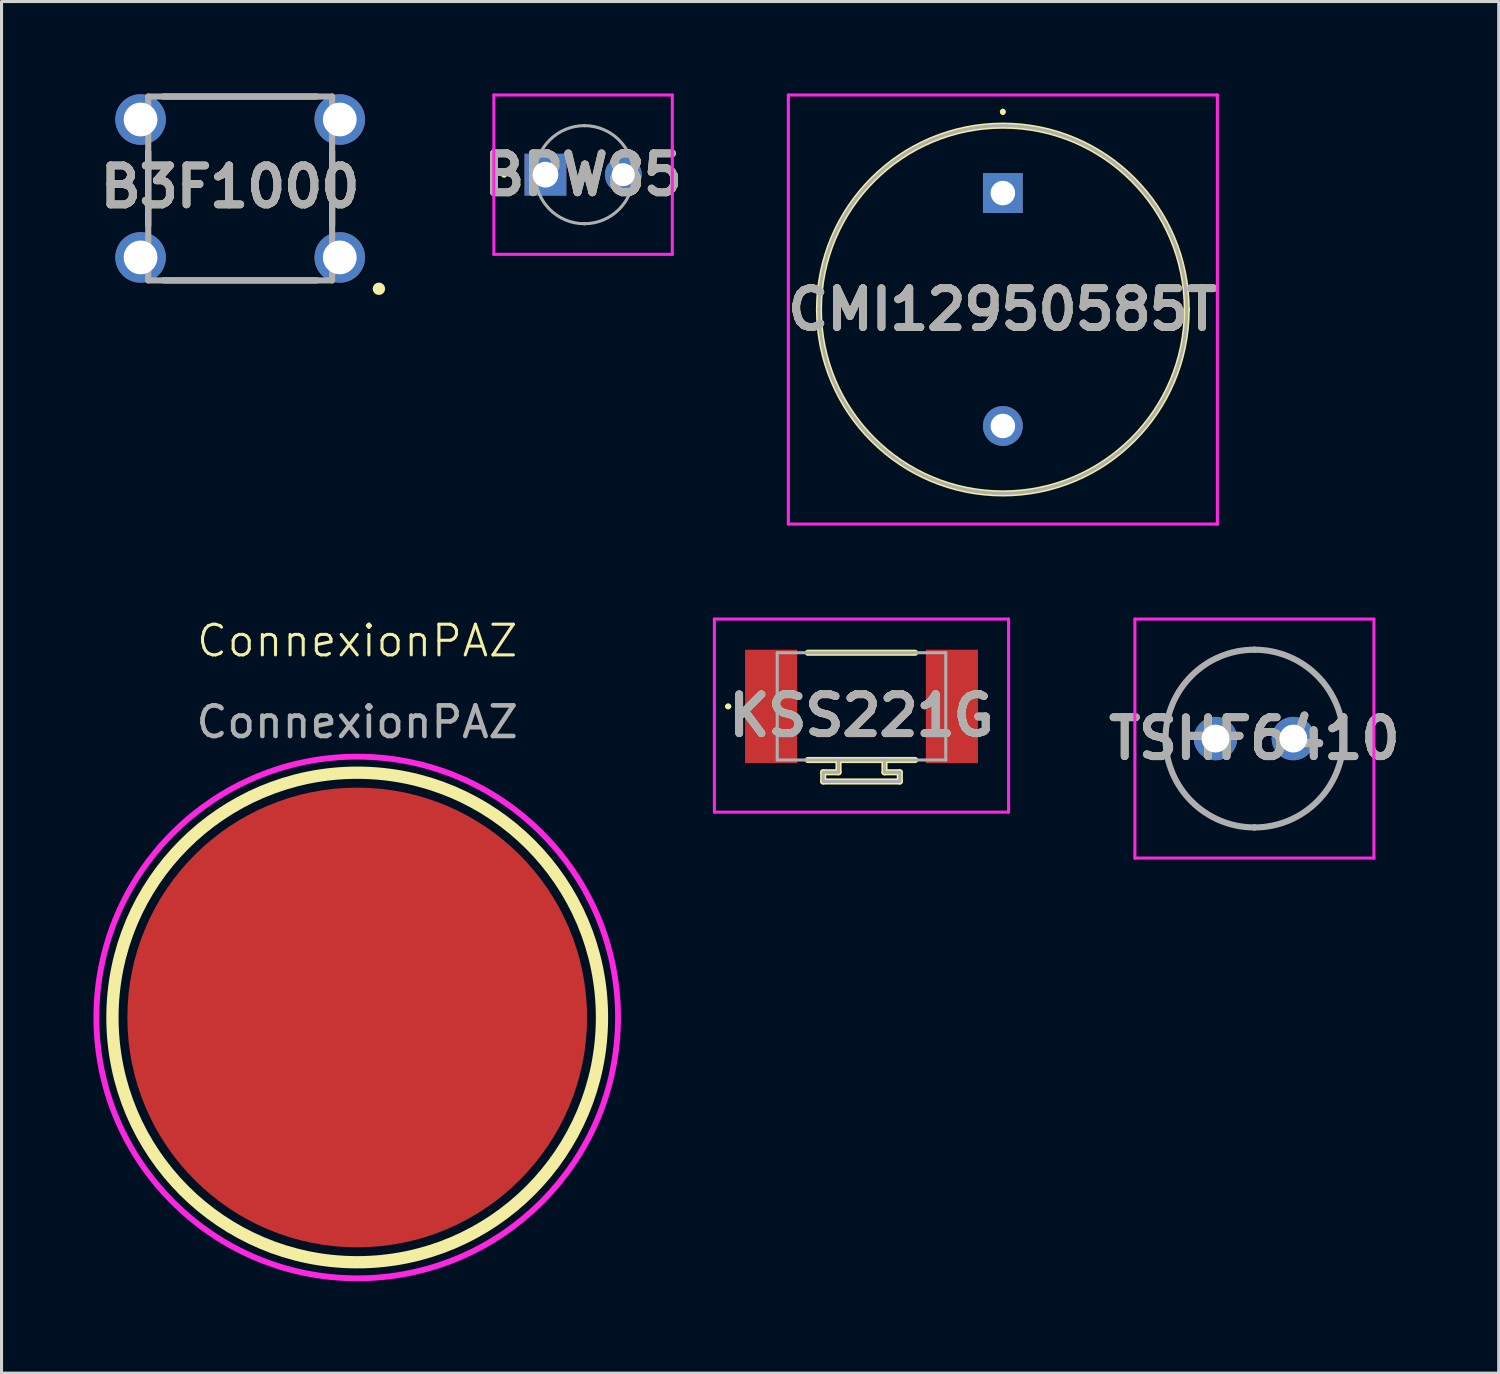
<source format=kicad_pcb>
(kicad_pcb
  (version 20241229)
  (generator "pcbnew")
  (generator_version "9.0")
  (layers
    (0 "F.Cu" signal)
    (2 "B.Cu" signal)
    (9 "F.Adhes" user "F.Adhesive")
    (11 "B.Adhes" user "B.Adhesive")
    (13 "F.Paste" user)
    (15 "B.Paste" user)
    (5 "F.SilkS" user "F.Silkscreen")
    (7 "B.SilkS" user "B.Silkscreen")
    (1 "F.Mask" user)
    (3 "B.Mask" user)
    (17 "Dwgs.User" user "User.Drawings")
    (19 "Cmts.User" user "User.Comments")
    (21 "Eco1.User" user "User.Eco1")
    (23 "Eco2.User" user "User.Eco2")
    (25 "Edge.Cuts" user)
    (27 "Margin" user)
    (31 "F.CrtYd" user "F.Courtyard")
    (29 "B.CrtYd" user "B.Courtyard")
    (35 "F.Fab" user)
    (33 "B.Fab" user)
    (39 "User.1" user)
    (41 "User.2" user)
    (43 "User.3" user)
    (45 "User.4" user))
  (footprint "TSHF6410"
    (layer "F.Cu")
    (at 36.612 21.05)
    (property "Reference" "TSHF6410" (at 1.27 0 0) (layer "F.SilkS") (effects (font (size 1.27 1.27) (thickness 0.254))))
    (attr through_hole)
    (fp_line (start 1.27 -2.9) (end 1.27 -2.9) (stroke (width 0.1) (type solid)) (layer "F.SilkS"))
    (fp_line (start 1.27 2.9) (end 1.27 2.9) (stroke (width 0.1) (type solid)) (layer "F.SilkS"))
    (fp_arc (start 1.27 -2.9) (mid 4.17 0) (end 1.27 2.9) (stroke (width 0.1) (type solid)) (layer "F.SilkS"))
    (fp_arc (start 1.27 2.9) (mid -1.63 0) (end 1.27 -2.9) (stroke (width 0.1) (type solid)) (layer "F.SilkS"))
    (fp_line (start -2.63 -3.9) (end 5.17 -3.9) (stroke (width 0.1) (type solid)) (layer "F.CrtYd"))
    (fp_line (start -2.63 3.9) (end -2.63 -3.9) (stroke (width 0.1) (type solid)) (layer "F.CrtYd"))
    (fp_line (start 5.17 -3.9) (end 5.17 3.9) (stroke (width 0.1) (type solid)) (layer "F.CrtYd"))
    (fp_line (start 5.17 3.9) (end -2.63 3.9) (stroke (width 0.1) (type solid)) (layer "F.CrtYd"))
    (fp_line (start 1.27 -2.9) (end 1.27 -2.9) (stroke (width 0.2) (type solid)) (layer "F.Fab"))
    (fp_line (start 1.27 2.9) (end 1.27 2.9) (stroke (width 0.2) (type solid)) (layer "F.Fab"))
    (fp_arc (start 1.27 -2.9) (mid 4.17 0) (end 1.27 2.9) (stroke (width 0.2) (type solid)) (layer "F.Fab"))
    (fp_arc (start 1.27 2.9) (mid -1.63 0) (end 1.27 -2.9) (stroke (width 0.2) (type solid)) (layer "F.Fab"))
    (fp_text user "${REFERENCE}" (at 1.27 0 0) (layer "F.Fab") (effects (font (size 1.27 1.27) (thickness 0.254))))
    (pad "1" thru_hole circle (at 0 0) (size 1.416 1.416) (drill 0.91) (layers "*.Cu" "*.Mask"))
    (pad "2" thru_hole circle (at 2.54 0) (size 1.416 1.416) (drill 0.91) (layers "*.Cu" "*.Mask")))
  (footprint "CMI12950585T"
    (layer "F.Cu")
    (at 29.674 3.25)
    (property "Reference" "CMI12950585T" (at 0 3.8 0) (layer "F.SilkS") (effects (font (size 1.27 1.27) (thickness 0.254))))
    (attr through_hole)
    (fp_line (start -6 3.8) (end -6 3.8) (stroke (width 0.2) (type solid)) (layer "F.SilkS"))
    (fp_line (start 0 -2.7) (end 0 -2.7) (stroke (width 0.1) (type solid)) (layer "F.SilkS"))
    (fp_line (start 0 -2.6) (end 0 -2.6) (stroke (width 0.1) (type solid)) (layer "F.SilkS"))
    (fp_line (start 6 3.8) (end 6 3.8) (stroke (width 0.2) (type solid)) (layer "F.SilkS"))
    (fp_arc (start -6 3.8) (mid 0 -2.2) (end 6 3.8) (stroke (width 0.2) (type solid)) (layer "F.SilkS"))
    (fp_arc (start 0 -2.7) (mid 0.05 -2.65) (end 0 -2.6) (stroke (width 0.1) (type solid)) (layer "F.SilkS"))
    (fp_arc (start 0 -2.6) (mid -0.05 -2.65) (end 0 -2.7) (stroke (width 0.1) (type solid)) (layer "F.SilkS"))
    (fp_arc (start 6 3.8) (mid 0 9.8) (end -6 3.8) (stroke (width 0.2) (type solid)) (layer "F.SilkS"))
    (fp_line (start -7 -3.2) (end 7 -3.2) (stroke (width 0.1) (type solid)) (layer "F.CrtYd"))
    (fp_line (start -7 10.8) (end -7 -3.2) (stroke (width 0.1) (type solid)) (layer "F.CrtYd"))
    (fp_line (start 7 -3.2) (end 7 10.8) (stroke (width 0.1) (type solid)) (layer "F.CrtYd"))
    (fp_line (start 7 10.8) (end -7 10.8) (stroke (width 0.1) (type solid)) (layer "F.CrtYd"))
    (fp_line (start -6 3.8) (end -6 3.8) (stroke (width 0.1) (type solid)) (layer "F.Fab"))
    (fp_line (start 6 3.8) (end 6 3.8) (stroke (width 0.1) (type solid)) (layer "F.Fab"))
    (fp_arc (start -6 3.8) (mid 0 -2.2) (end 6 3.8) (stroke (width 0.1) (type solid)) (layer "F.Fab"))
    (fp_arc (start 6 3.8) (mid 0 9.8) (end -6 3.8) (stroke (width 0.1) (type solid)) (layer "F.Fab"))
    (fp_text user "${REFERENCE}" (at 0 3.8 0) (layer "F.Fab") (effects (font (size 1.27 1.27) (thickness 0.254))))
    (pad "1" thru_hole rect (at 0 0) (size 1.3 1.3) (drill 0.8) (layers "*.Cu" "*.Mask"))
    (pad "2" thru_hole circle (at 0 7.6) (size 1.3 1.3) (drill 0.8) (layers "*.Cu" "*.Mask")))
  (footprint "KSS221G"
    (layer "F.Cu")
    (at 25.061 20)
    (property "Reference" "KSS221G" (at 0 0.3 0) (layer "F.SilkS") (effects (font (size 1.27 1.27) (thickness 0.254))))
    (attr smd)
    (fp_line (start -4.4 0) (end -4.4 0) (stroke (width 0.1) (type solid)) (layer "F.SilkS"))
    (fp_line (start -4.3 0) (end -4.3 0) (stroke (width 0.1) (type solid)) (layer "F.SilkS"))
    (fp_line (start -1.75 -1.75) (end 1.75 -1.75) (stroke (width 0.2) (type solid)) (layer "F.SilkS"))
    (fp_line (start -1.75 1.75) (end -0.75 1.75) (stroke (width 0.2) (type solid)) (layer "F.SilkS"))
    (fp_line (start -1.25 2.15) (end -1.25 2.45) (stroke (width 0.2) (type solid)) (layer "F.SilkS"))
    (fp_line (start -1.25 2.45) (end 1.25 2.45) (stroke (width 0.2) (type solid)) (layer "F.SilkS"))
    (fp_line (start -0.75 1.75) (end -0.75 2.15) (stroke (width 0.2) (type solid)) (layer "F.SilkS"))
    (fp_line (start -0.75 1.75) (end 0.75 1.75) (stroke (width 0.2) (type solid)) (layer "F.SilkS"))
    (fp_line (start -0.75 2.15) (end -1.25 2.15) (stroke (width 0.2) (type solid)) (layer "F.SilkS"))
    (fp_line (start 0.75 1.75) (end 1.75 1.75) (stroke (width 0.2) (type solid)) (layer "F.SilkS"))
    (fp_line (start 0.75 2.15) (end 0.75 1.75) (stroke (width 0.2) (type solid)) (layer "F.SilkS"))
    (fp_line (start 1.25 2.15) (end 0.75 2.15) (stroke (width 0.2) (type solid)) (layer "F.SilkS"))
    (fp_line (start 1.25 2.45) (end 1.25 2.15) (stroke (width 0.2) (type solid)) (layer "F.SilkS"))
    (fp_arc (start -4.4 0) (mid -4.35 -0.05) (end -4.3 0) (stroke (width 0.1) (type solid)) (layer "F.SilkS"))
    (fp_arc (start -4.3 0) (mid -4.35 0.05) (end -4.4 0) (stroke (width 0.1) (type solid)) (layer "F.SilkS"))
    (fp_line (start -4.8 -2.85) (end 4.8 -2.85) (stroke (width 0.1) (type solid)) (layer "F.CrtYd"))
    (fp_line (start -4.8 3.45) (end -4.8 -2.85) (stroke (width 0.1) (type solid)) (layer "F.CrtYd"))
    (fp_line (start 4.8 -2.85) (end 4.8 3.45) (stroke (width 0.1) (type solid)) (layer "F.CrtYd"))
    (fp_line (start 4.8 3.45) (end -4.8 3.45) (stroke (width 0.1) (type solid)) (layer "F.CrtYd"))
    (fp_line (start -2.75 -1.75) (end 2.75 -1.75) (stroke (width 0.1) (type solid)) (layer "F.Fab"))
    (fp_line (start -2.75 1.75) (end -2.75 -1.75) (stroke (width 0.1) (type solid)) (layer "F.Fab"))
    (fp_line (start -1.25 2.15) (end -1.25 2.45) (stroke (width 0.1) (type solid)) (layer "F.Fab"))
    (fp_line (start -1.25 2.45) (end 1.25 2.45) (stroke (width 0.1) (type solid)) (layer "F.Fab"))
    (fp_line (start -0.75 1.75) (end -0.75 2.15) (stroke (width 0.1) (type solid)) (layer "F.Fab"))
    (fp_line (start -0.75 2.15) (end -1.25 2.15) (stroke (width 0.1) (type solid)) (layer "F.Fab"))
    (fp_line (start 0.75 2.15) (end 0.75 1.75) (stroke (width 0.1) (type solid)) (layer "F.Fab"))
    (fp_line (start 1.25 2.15) (end 0.75 2.15) (stroke (width 0.1) (type solid)) (layer "F.Fab"))
    (fp_line (start 1.25 2.45) (end 1.25 2.15) (stroke (width 0.1) (type solid)) (layer "F.Fab"))
    (fp_line (start 2.75 -1.75) (end 2.75 1.75) (stroke (width 0.1) (type solid)) (layer "F.Fab"))
    (fp_line (start 2.75 1.75) (end -2.75 1.75) (stroke (width 0.1) (type solid)) (layer "F.Fab"))
    (fp_text user "${REFERENCE}" (at 0 0.3 0) (layer "F.Fab") (effects (font (size 1.27 1.27) (thickness 0.254))))
    (pad "1" smd rect (at -2.95 0) (size 1.7 3.7) (layers "F.Cu" "F.Mask" "F.Paste"))
    (pad "2" smd rect (at 2.95 0) (size 1.7 3.7) (layers "F.Cu" "F.Mask" "F.Paste")))
  (footprint "B3F1000"
    (layer "F.Cu")
    (at 4.787 3.1)
    (property "Reference" "B3F1000" (at -0.33 -0.055 0) (layer "F.SilkS") (effects (font (size 1.27 1.27) (thickness 0.254))))
    (attr through_hole)
    (fp_line (start -3 -1.2) (end -3 1.2) (stroke (width 0.2) (type solid)) (layer "F.SilkS"))
    (fp_line (start -2.5 -3) (end 2.5 -3) (stroke (width 0.2) (type solid)) (layer "F.SilkS"))
    (fp_line (start -2.5 3) (end 2.5 3) (stroke (width 0.2) (type solid)) (layer "F.SilkS"))
    (fp_line (start 3 -1.2) (end 3 1.2) (stroke (width 0.2) (type solid)) (layer "F.SilkS"))
    (fp_circle (center 4.527 3.273) (end 4.527 3.376) (stroke (width 0.2) (type solid)) (fill no) (layer "F.SilkS"))
    (fp_line (start -3 -3) (end 3 -3) (stroke (width 0.2) (type solid)) (layer "F.Fab"))
    (fp_line (start -3 3) (end -3 -3) (stroke (width 0.2) (type solid)) (layer "F.Fab"))
    (fp_line (start 3 -3) (end 3 3) (stroke (width 0.2) (type solid)) (layer "F.Fab"))
    (fp_line (start 3 3) (end -3 3) (stroke (width 0.2) (type solid)) (layer "F.Fab"))
    (fp_text user "${REFERENCE}" (at -0.33 -0.055 0) (layer "F.Fab") (effects (font (size 1.27 1.27) (thickness 0.254))))
    (pad "1" thru_hole circle (at 3.25 2.25) (size 1.65 1.65) (drill 1.1) (layers "*.Cu" "*.Mask"))
    (pad "2" thru_hole circle (at -3.25 2.25) (size 1.65 1.65) (drill 1.1) (layers "*.Cu" "*.Mask"))
    (pad "3" thru_hole circle (at 3.25 -2.25) (size 1.65 1.65) (drill 1.1) (layers "*.Cu" "*.Mask"))
    (pad "4" thru_hole circle (at -3.25 -2.25) (size 1.65 1.65) (drill 1.1) (layers "*.Cu" "*.Mask")))
  (footprint "BPW85"
    (layer "F.Cu")
    (at 14.748 2.65)
    (property "Reference" "BPW85" (at 1.228 0 0) (layer "F.SilkS") (effects (font (size 1.27 1.27) (thickness 0.254))))
    (attr through_hole)
    (fp_line (start -1.4 0) (end -1.4 0) (stroke (width 0.1) (type solid)) (layer "F.SilkS"))
    (fp_line (start -1.3 0) (end -1.3 0) (stroke (width 0.1) (type solid)) (layer "F.SilkS"))
    (fp_arc (start -1.4 0) (mid -1.35 -0.05) (end -1.3 0) (stroke (width 0.1) (type solid)) (layer "F.SilkS"))
    (fp_arc (start -1.3 0) (mid -1.35 0.05) (end -1.4 0) (stroke (width 0.1) (type solid)) (layer "F.SilkS"))
    (fp_line (start -1.683 -2.6) (end 4.14 -2.6) (stroke (width 0.1) (type solid)) (layer "F.CrtYd"))
    (fp_line (start -1.683 2.6) (end -1.683 -2.6) (stroke (width 0.1) (type solid)) (layer "F.CrtYd"))
    (fp_line (start 4.14 -2.6) (end 4.14 2.6) (stroke (width 0.1) (type solid)) (layer "F.CrtYd"))
    (fp_line (start 4.14 2.6) (end -1.683 2.6) (stroke (width 0.1) (type solid)) (layer "F.CrtYd"))
    (fp_line (start 1.27 -1.6) (end 1.27 -1.6) (stroke (width 0.1) (type solid)) (layer "F.Fab"))
    (fp_line (start 1.27 1.6) (end 1.27 1.6) (stroke (width 0.1) (type solid)) (layer "F.Fab"))
    (fp_arc (start 1.27 -1.6) (mid 2.87 0) (end 1.27 1.6) (stroke (width 0.1) (type solid)) (layer "F.Fab"))
    (fp_arc (start 1.27 1.6) (mid -0.33 0) (end 1.27 -1.6) (stroke (width 0.1) (type solid)) (layer "F.Fab"))
    (fp_text user "${REFERENCE}" (at 1.228 0 0) (layer "F.Fab") (effects (font (size 1.27 1.27) (thickness 0.254))))
    (pad "1" thru_hole rect (at 0 0) (size 1.365 1.365) (drill 0.84) (layers "*.Cu" "*.Mask"))
    (pad "2" thru_hole circle (at 2.54 0) (size 1.2 1.2) (drill 0.75) (layers "*.Cu" "*.Mask")))
  (footprint "ConnexionPAZ"
    (layer "F.Cu")
    (at 8.606 30.151)
    (property "Reference" "ConnexionPAZ" (at 0 -12.29 0) (unlocked yes) (layer "F.SilkS") (effects (font (size 1 1) (thickness 0.1))))
    (attr smd)
    (fp_circle (center 0 0) (end 7.987 0) (stroke (width 0.4) (type solid)) (fill no) (layer "F.SilkS"))
    (fp_circle (center 0 0) (end 8.511 0) (stroke (width 0.19) (type default)) (fill no) (layer "F.CrtYd"))
    (fp_text user "${REFERENCE}" (at 0 -9.64 0) (unlocked yes) (layer "F.Fab") (effects (font (size 1 1) (thickness 0.15))))
    (pad "1" smd circle (at 0 0) (size 15 15) (layers "F.Cu" "F.Mask")))
  (gr_rect
    (start -3 -3)
    (end 45.854 41.756)
    (stroke (width 0.1) (type default))
    (fill no)
    (layer "Edge.Cuts")))
</source>
